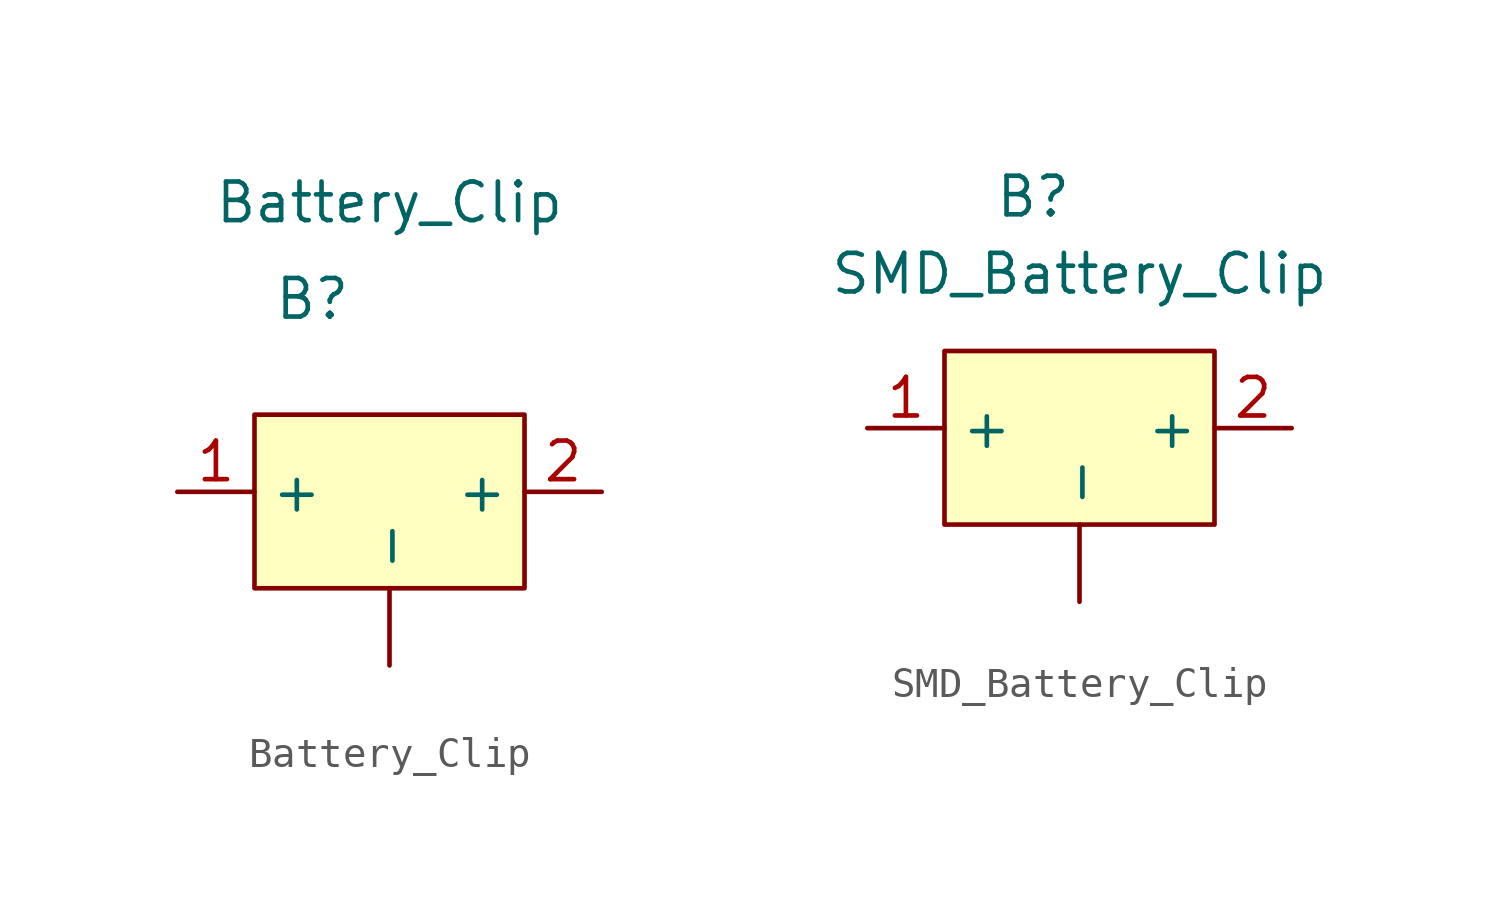
<source format=kicad_sym>
(kicad_symbol_lib
  (version 20211014)
  (generator kicad_symbol_editor)
  (symbol "Battery_Clip"
    (property "Reference" "B"
      (at -2.54 6.35 0)
      (effects (font (size 1.27 1.27))))
    (property "Value" "Battery_Clip"
      (at 0 9.525 0)
      (effects (font (size 1.27 1.27))))
    (symbol "Battery_Clip_0_1"
      (rectangle (start -4.445 2.54) (end 4.445 -3.175) (stroke (width 0) (type default) (color 0 0 0 0)) (fill (type background))))
    (symbol "Battery_Clip_1_1"
      (pin power_out line (at 0 -5.715 90) (length 2.54) (name "-" (effects (font (size 1.27 1.27)))) (number "" (effects (font (size 1.27 1.27)))))
      (pin power_out line (at -6.985 0 0) (length 2.54) (name "+" (effects (font (size 1.27 1.27)))) (number "1" (effects (font (size 1.27 1.27)))))
      (pin power_out line (at 6.985 0 180) (length 2.54) (name "+" (effects (font (size 1.27 1.27)))) (number "2" (effects (font (size 1.27 1.27)))))))
  (symbol "SMD_Battery_Clip"
    (property "Reference" "B"
      (at -1.524 7.62 0)
      (effects (font (size 1.27 1.27))))
    (property "Value" "SMD_Battery_Clip"
      (at 0 5.08 0)
      (effects (font (size 1.27 1.27))))
    (symbol "SMD_Battery_Clip_0_1"
      (rectangle (start -4.445 2.54) (end 4.445 -3.175) (stroke (width 0) (type default) (color 0 0 0 0)) (fill (type background))))
    (symbol "SMD_Battery_Clip_1_1"
      (pin power_out line (at 0 -5.715 90) (length 2.54) (name "-" (effects (font (size 1.27 1.27)))) (number "" (effects (font (size 1.27 1.27)))))
      (pin power_out line (at -6.985 0 0) (length 2.54) (name "+" (effects (font (size 1.27 1.27)))) (number "1" (effects (font (size 1.27 1.27)))))
      (pin power_out line (at 6.985 0 180) (length 2.54) (name "+" (effects (font (size 1.27 1.27)))) (number "2" (effects (font (size 1.27 1.27))))))))
</source>
